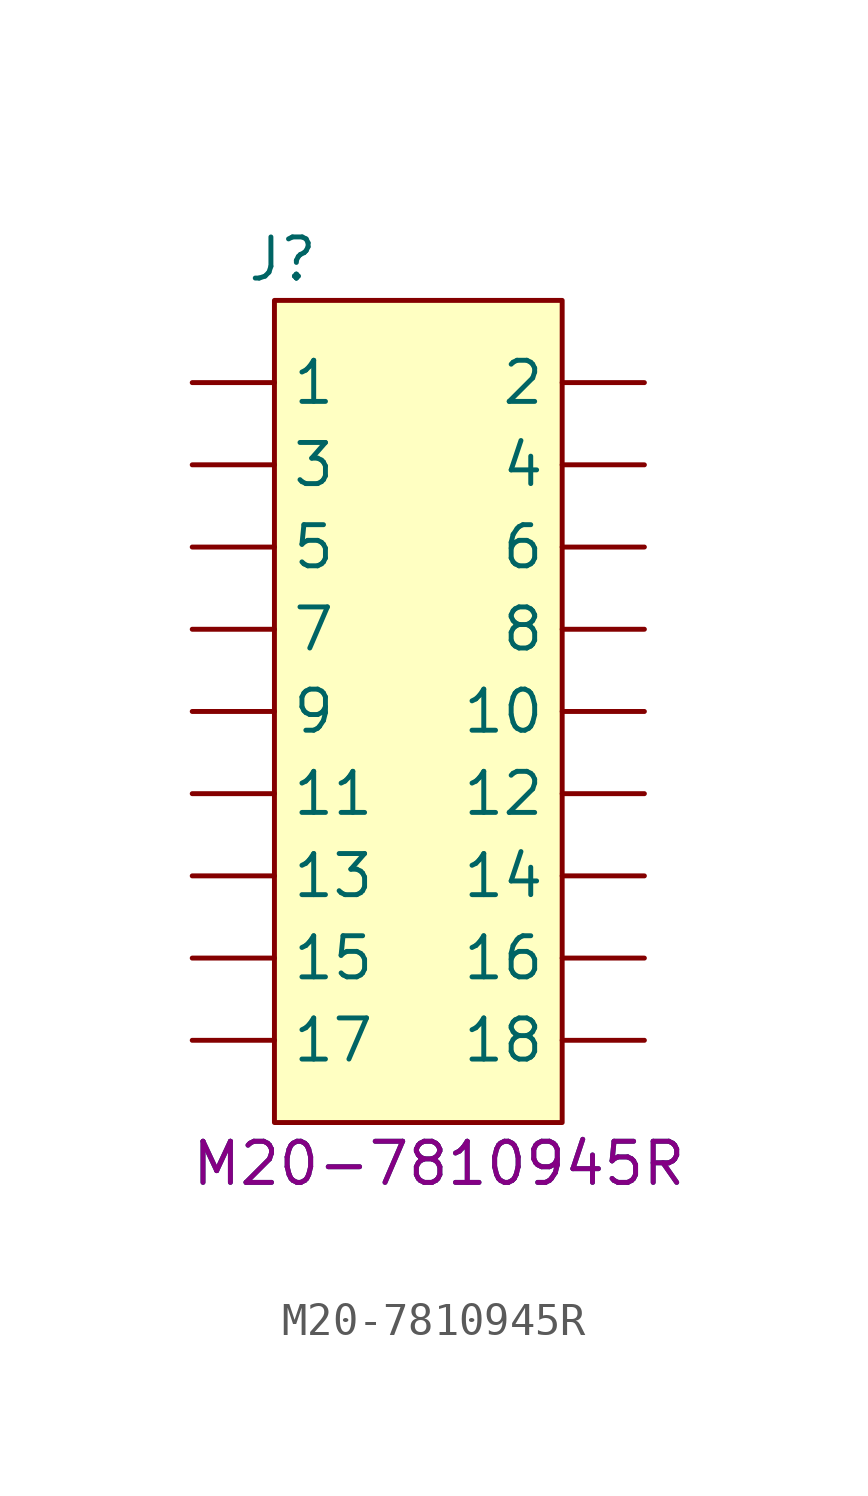
<source format=kicad_sym>
(kicad_symbol_lib
  (version 20241209)
  (generator "kicad_symbol_editor")
  (generator_version "9.0")
  (symbol "M20-7810945R"
    (pin_numbers
      (hide yes))
    (property "Reference" "J"
      (at 2.794 3.81 0)
      (effects (font (size 1.27 1.27))))
    (property "Value" "M20-7810945R"
      (at 7.62 -24.13 0)
      (effects (font (size 1.27 1.27))))
    (property "PartNumber" "M20-7810945R"
      (at 7.62 -24.13 0)
      (effects (font (size 1.27 1.27))))
    (symbol "M20-7810945R_1_1"
      (rectangle (start 2.54 2.54) (end 11.43 -22.86) (stroke (width 0) (type default)) (fill (type background)))
      (pin input line (at 0 0 0) (length 2.54) (name "1" (effects (font (size 1.27 1.27)))) (number "1" (effects (font (size 1.27 1.27)))))
      (pin input line (at 0 -2.54 0) (length 2.54) (name "3" (effects (font (size 1.27 1.27)))) (number "3" (effects (font (size 1.27 1.27)))))
      (pin input line (at 0 -5.08 0) (length 2.54) (name "5" (effects (font (size 1.27 1.27)))) (number "5" (effects (font (size 1.27 1.27)))))
      (pin input line (at 0 -7.62 0) (length 2.54) (name "7" (effects (font (size 1.27 1.27)))) (number "7" (effects (font (size 1.27 1.27)))))
      (pin input line (at 0 -10.16 0) (length 2.54) (name "9" (effects (font (size 1.27 1.27)))) (number "9" (effects (font (size 1.27 1.27)))))
      (pin input line (at 0 -12.7 0) (length 2.54) (name "11" (effects (font (size 1.27 1.27)))) (number "11" (effects (font (size 1.27 1.27)))))
      (pin input line (at 0 -15.24 0) (length 2.54) (name "13" (effects (font (size 1.27 1.27)))) (number "13" (effects (font (size 1.27 1.27)))))
      (pin input line (at 0 -17.78 0) (length 2.54) (name "15" (effects (font (size 1.27 1.27)))) (number "15" (effects (font (size 1.27 1.27)))))
      (pin input line (at 0 -20.32 0) (length 2.54) (name "17" (effects (font (size 1.27 1.27)))) (number "17" (effects (font (size 1.27 1.27)))))
      (pin input line (at 13.97 0 180) (length 2.54) (name "2" (effects (font (size 1.27 1.27)))) (number "2" (effects (font (size 1.27 1.27)))))
      (pin input line (at 13.97 -2.54 180) (length 2.54) (name "4" (effects (font (size 1.27 1.27)))) (number "4" (effects (font (size 1.27 1.27)))))
      (pin input line (at 13.97 -5.08 180) (length 2.54) (name "6" (effects (font (size 1.27 1.27)))) (number "6" (effects (font (size 1.27 1.27)))))
      (pin input line (at 13.97 -7.62 180) (length 2.54) (name "8" (effects (font (size 1.27 1.27)))) (number "8" (effects (font (size 1.27 1.27)))))
      (pin input line (at 13.97 -10.16 180) (length 2.54) (name "10" (effects (font (size 1.27 1.27)))) (number "10" (effects (font (size 1.27 1.27)))))
      (pin input line (at 13.97 -12.7 180) (length 2.54) (name "12" (effects (font (size 1.27 1.27)))) (number "12" (effects (font (size 1.27 1.27)))))
      (pin input line (at 13.97 -15.24 180) (length 2.54) (name "14" (effects (font (size 1.27 1.27)))) (number "14" (effects (font (size 1.27 1.27)))))
      (pin input line (at 13.97 -17.78 180) (length 2.54) (name "16" (effects (font (size 1.27 1.27)))) (number "16" (effects (font (size 1.27 1.27)))))
      (pin input line (at 13.97 -20.32 180) (length 2.54) (name "18" (effects (font (size 1.27 1.27)))) (number "18" (effects (font (size 1.27 1.27))))))))
</source>
